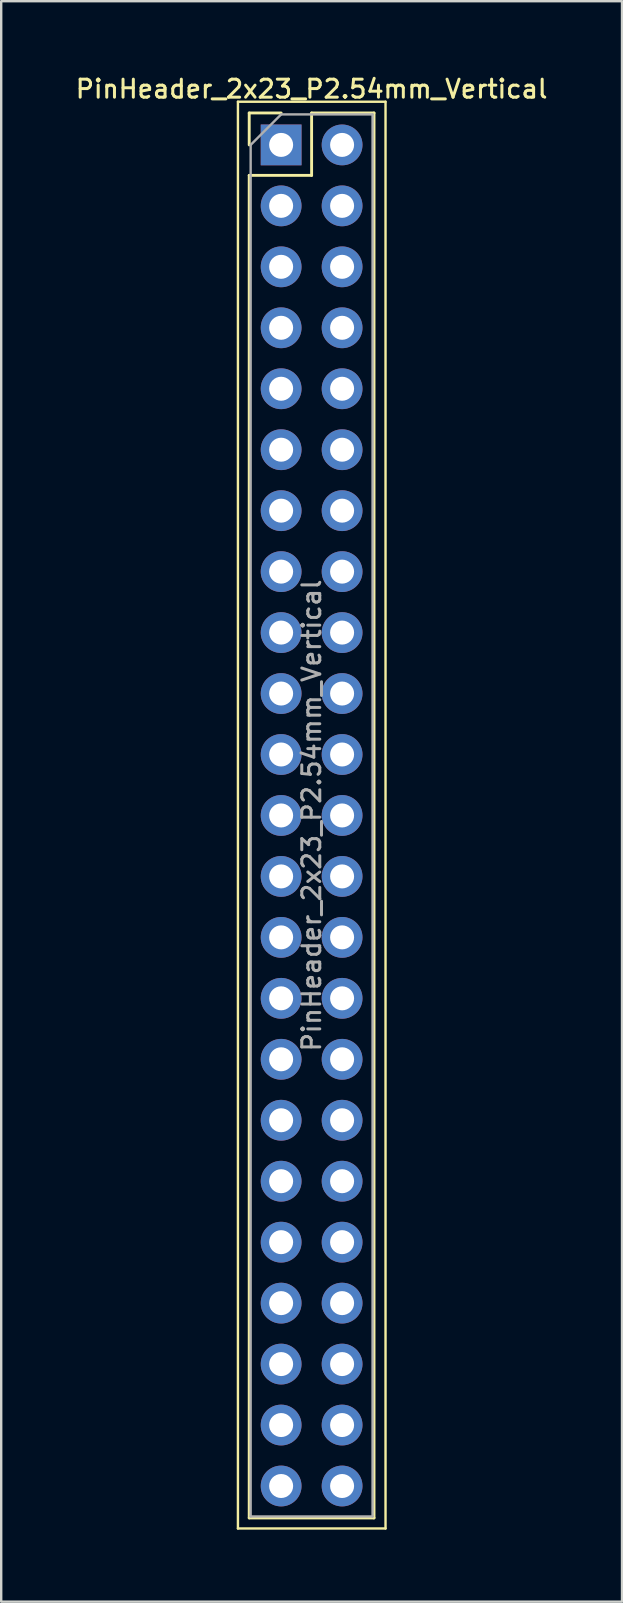
<source format=kicad_pcb>
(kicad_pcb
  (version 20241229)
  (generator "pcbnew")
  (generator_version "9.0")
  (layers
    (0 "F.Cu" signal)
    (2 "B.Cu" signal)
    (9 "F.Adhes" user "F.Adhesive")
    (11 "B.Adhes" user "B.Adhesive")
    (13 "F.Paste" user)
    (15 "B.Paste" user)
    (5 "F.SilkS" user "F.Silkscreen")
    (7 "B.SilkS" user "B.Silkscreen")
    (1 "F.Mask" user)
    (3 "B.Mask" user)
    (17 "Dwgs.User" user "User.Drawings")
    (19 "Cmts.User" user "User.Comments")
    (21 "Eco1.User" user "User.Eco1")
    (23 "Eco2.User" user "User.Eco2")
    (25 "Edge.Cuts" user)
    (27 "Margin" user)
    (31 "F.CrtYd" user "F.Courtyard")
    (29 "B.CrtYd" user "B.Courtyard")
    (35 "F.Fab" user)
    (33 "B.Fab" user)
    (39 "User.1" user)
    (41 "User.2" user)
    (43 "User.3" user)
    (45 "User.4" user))
  (footprint "PinHeader_2x23_P2.54mm_Vertical"
    (layer "F.Cu")
    (at 8.664 2.988)
    (property "Reference" "PinHeader_2x23_P2.54mm_Vertical" (at 1.27 -2.33 0) (layer "F.SilkS") (effects (font (size 0.75 0.75) (thickness 0.125))))
    (attr through_hole)
    (fp_line (start -1.8 -1.8) (end -1.8 57.65) (stroke (width 0.1) (type solid)) (layer "F.SilkS"))
    (fp_line (start -1.8 57.65) (end 4.35 57.65) (stroke (width 0.1) (type solid)) (layer "F.SilkS"))
    (fp_line (start -1.33 -1.33) (end 0 -1.33) (stroke (width 0.12) (type solid)) (layer "F.SilkS"))
    (fp_line (start -1.33 0) (end -1.33 -1.33) (stroke (width 0.12) (type solid)) (layer "F.SilkS"))
    (fp_line (start -1.33 1.27) (end -1.33 57.21) (stroke (width 0.12) (type solid)) (layer "F.SilkS"))
    (fp_line (start -1.33 1.27) (end 1.27 1.27) (stroke (width 0.12) (type solid)) (layer "F.SilkS"))
    (fp_line (start -1.33 57.21) (end 3.87 57.21) (stroke (width 0.12) (type solid)) (layer "F.SilkS"))
    (fp_line (start 1.27 -1.33) (end 3.87 -1.33) (stroke (width 0.12) (type solid)) (layer "F.SilkS"))
    (fp_line (start 1.27 1.27) (end 1.27 -1.33) (stroke (width 0.12) (type solid)) (layer "F.SilkS"))
    (fp_line (start 3.87 -1.33) (end 3.87 57.21) (stroke (width 0.12) (type solid)) (layer "F.SilkS"))
    (fp_line (start 4.35 -1.8) (end -1.8 -1.8) (stroke (width 0.1) (type solid)) (layer "F.SilkS"))
    (fp_line (start 4.35 57.65) (end 4.35 -1.8) (stroke (width 0.1) (type solid)) (layer "F.SilkS"))
    (fp_line (start -1.27 0) (end 0 -1.27) (stroke (width 0.1) (type solid)) (layer "F.Fab"))
    (fp_line (start -1.27 57.15) (end -1.27 0) (stroke (width 0.1) (type solid)) (layer "F.Fab"))
    (fp_line (start 0 -1.27) (end 3.81 -1.27) (stroke (width 0.1) (type solid)) (layer "F.Fab"))
    (fp_line (start 3.81 -1.27) (end 3.81 57.15) (stroke (width 0.1) (type solid)) (layer "F.Fab"))
    (fp_line (start 3.81 57.15) (end -1.27 57.15) (stroke (width 0.1) (type solid)) (layer "F.Fab"))
    (fp_text user "${REFERENCE}" (at 1.27 27.94 90) (layer "F.Fab") (effects (font (size 0.75 0.75) (thickness 0.125))))
    (pad "1" thru_hole rect (at 0 0) (size 1.7 1.7) (drill 1) (layers "*.Cu" "*.Mask"))
    (pad "2" thru_hole oval (at 2.54 0) (size 1.7 1.7) (drill 1) (layers "*.Cu" "*.Mask"))
    (pad "3" thru_hole oval (at 0 2.54) (size 1.7 1.7) (drill 1) (layers "*.Cu" "*.Mask"))
    (pad "4" thru_hole oval (at 2.54 2.54) (size 1.7 1.7) (drill 1) (layers "*.Cu" "*.Mask"))
    (pad "5" thru_hole oval (at 0 5.08) (size 1.7 1.7) (drill 1) (layers "*.Cu" "*.Mask"))
    (pad "6" thru_hole oval (at 2.54 5.08) (size 1.7 1.7) (drill 1) (layers "*.Cu" "*.Mask"))
    (pad "7" thru_hole oval (at 0 7.62) (size 1.7 1.7) (drill 1) (layers "*.Cu" "*.Mask"))
    (pad "8" thru_hole oval (at 2.54 7.62) (size 1.7 1.7) (drill 1) (layers "*.Cu" "*.Mask"))
    (pad "9" thru_hole oval (at 0 10.16) (size 1.7 1.7) (drill 1) (layers "*.Cu" "*.Mask"))
    (pad "10" thru_hole oval (at 2.54 10.16) (size 1.7 1.7) (drill 1) (layers "*.Cu" "*.Mask"))
    (pad "11" thru_hole oval (at 0 12.7) (size 1.7 1.7) (drill 1) (layers "*.Cu" "*.Mask"))
    (pad "12" thru_hole oval (at 2.54 12.7) (size 1.7 1.7) (drill 1) (layers "*.Cu" "*.Mask"))
    (pad "13" thru_hole oval (at 0 15.24) (size 1.7 1.7) (drill 1) (layers "*.Cu" "*.Mask"))
    (pad "14" thru_hole oval (at 2.54 15.24) (size 1.7 1.7) (drill 1) (layers "*.Cu" "*.Mask"))
    (pad "15" thru_hole oval (at 0 17.78) (size 1.7 1.7) (drill 1) (layers "*.Cu" "*.Mask"))
    (pad "16" thru_hole oval (at 2.54 17.78) (size 1.7 1.7) (drill 1) (layers "*.Cu" "*.Mask"))
    (pad "17" thru_hole oval (at 0 20.32) (size 1.7 1.7) (drill 1) (layers "*.Cu" "*.Mask"))
    (pad "18" thru_hole oval (at 2.54 20.32) (size 1.7 1.7) (drill 1) (layers "*.Cu" "*.Mask"))
    (pad "19" thru_hole oval (at 0 22.86) (size 1.7 1.7) (drill 1) (layers "*.Cu" "*.Mask"))
    (pad "20" thru_hole oval (at 2.54 22.86) (size 1.7 1.7) (drill 1) (layers "*.Cu" "*.Mask"))
    (pad "21" thru_hole oval (at 0 25.4) (size 1.7 1.7) (drill 1) (layers "*.Cu" "*.Mask"))
    (pad "22" thru_hole oval (at 2.54 25.4) (size 1.7 1.7) (drill 1) (layers "*.Cu" "*.Mask"))
    (pad "23" thru_hole oval (at 0 27.94) (size 1.7 1.7) (drill 1) (layers "*.Cu" "*.Mask"))
    (pad "24" thru_hole oval (at 2.54 27.94) (size 1.7 1.7) (drill 1) (layers "*.Cu" "*.Mask"))
    (pad "25" thru_hole oval (at 0 30.48) (size 1.7 1.7) (drill 1) (layers "*.Cu" "*.Mask"))
    (pad "26" thru_hole oval (at 2.54 30.48) (size 1.7 1.7) (drill 1) (layers "*.Cu" "*.Mask"))
    (pad "27" thru_hole oval (at 0 33.02) (size 1.7 1.7) (drill 1) (layers "*.Cu" "*.Mask"))
    (pad "28" thru_hole oval (at 2.54 33.02) (size 1.7 1.7) (drill 1) (layers "*.Cu" "*.Mask"))
    (pad "29" thru_hole oval (at 0 35.56) (size 1.7 1.7) (drill 1) (layers "*.Cu" "*.Mask"))
    (pad "30" thru_hole oval (at 2.54 35.56) (size 1.7 1.7) (drill 1) (layers "*.Cu" "*.Mask"))
    (pad "31" thru_hole oval (at 0 38.1) (size 1.7 1.7) (drill 1) (layers "*.Cu" "*.Mask"))
    (pad "32" thru_hole oval (at 2.54 38.1) (size 1.7 1.7) (drill 1) (layers "*.Cu" "*.Mask"))
    (pad "33" thru_hole oval (at 0 40.64) (size 1.7 1.7) (drill 1) (layers "*.Cu" "*.Mask"))
    (pad "34" thru_hole oval (at 2.54 40.64) (size 1.7 1.7) (drill 1) (layers "*.Cu" "*.Mask"))
    (pad "35" thru_hole oval (at 0 43.18) (size 1.7 1.7) (drill 1) (layers "*.Cu" "*.Mask"))
    (pad "36" thru_hole oval (at 2.54 43.18) (size 1.7 1.7) (drill 1) (layers "*.Cu" "*.Mask"))
    (pad "37" thru_hole oval (at 0 45.72) (size 1.7 1.7) (drill 1) (layers "*.Cu" "*.Mask"))
    (pad "38" thru_hole oval (at 2.54 45.72) (size 1.7 1.7) (drill 1) (layers "*.Cu" "*.Mask"))
    (pad "39" thru_hole oval (at 0 48.26) (size 1.7 1.7) (drill 1) (layers "*.Cu" "*.Mask"))
    (pad "40" thru_hole oval (at 2.54 48.26) (size 1.7 1.7) (drill 1) (layers "*.Cu" "*.Mask"))
    (pad "41" thru_hole oval (at 0 50.8) (size 1.7 1.7) (drill 1) (layers "*.Cu" "*.Mask"))
    (pad "42" thru_hole oval (at 2.54 50.8) (size 1.7 1.7) (drill 1) (layers "*.Cu" "*.Mask"))
    (pad "43" thru_hole oval (at 0 53.34) (size 1.7 1.7) (drill 1) (layers "*.Cu" "*.Mask"))
    (pad "44" thru_hole oval (at 2.54 53.34) (size 1.7 1.7) (drill 1) (layers "*.Cu" "*.Mask"))
    (pad "45" thru_hole oval (at 0 55.88) (size 1.7 1.7) (drill 1) (layers "*.Cu" "*.Mask"))
    (pad "46" thru_hole oval (at 2.54 55.88) (size 1.7 1.7) (drill 1) (layers "*.Cu" "*.Mask")))
  (gr_rect
    (start -3 -3)
    (end 22.868 63.688)
    (stroke (width 0.1) (type default))
    (fill no)
    (layer "Edge.Cuts")))
</source>
